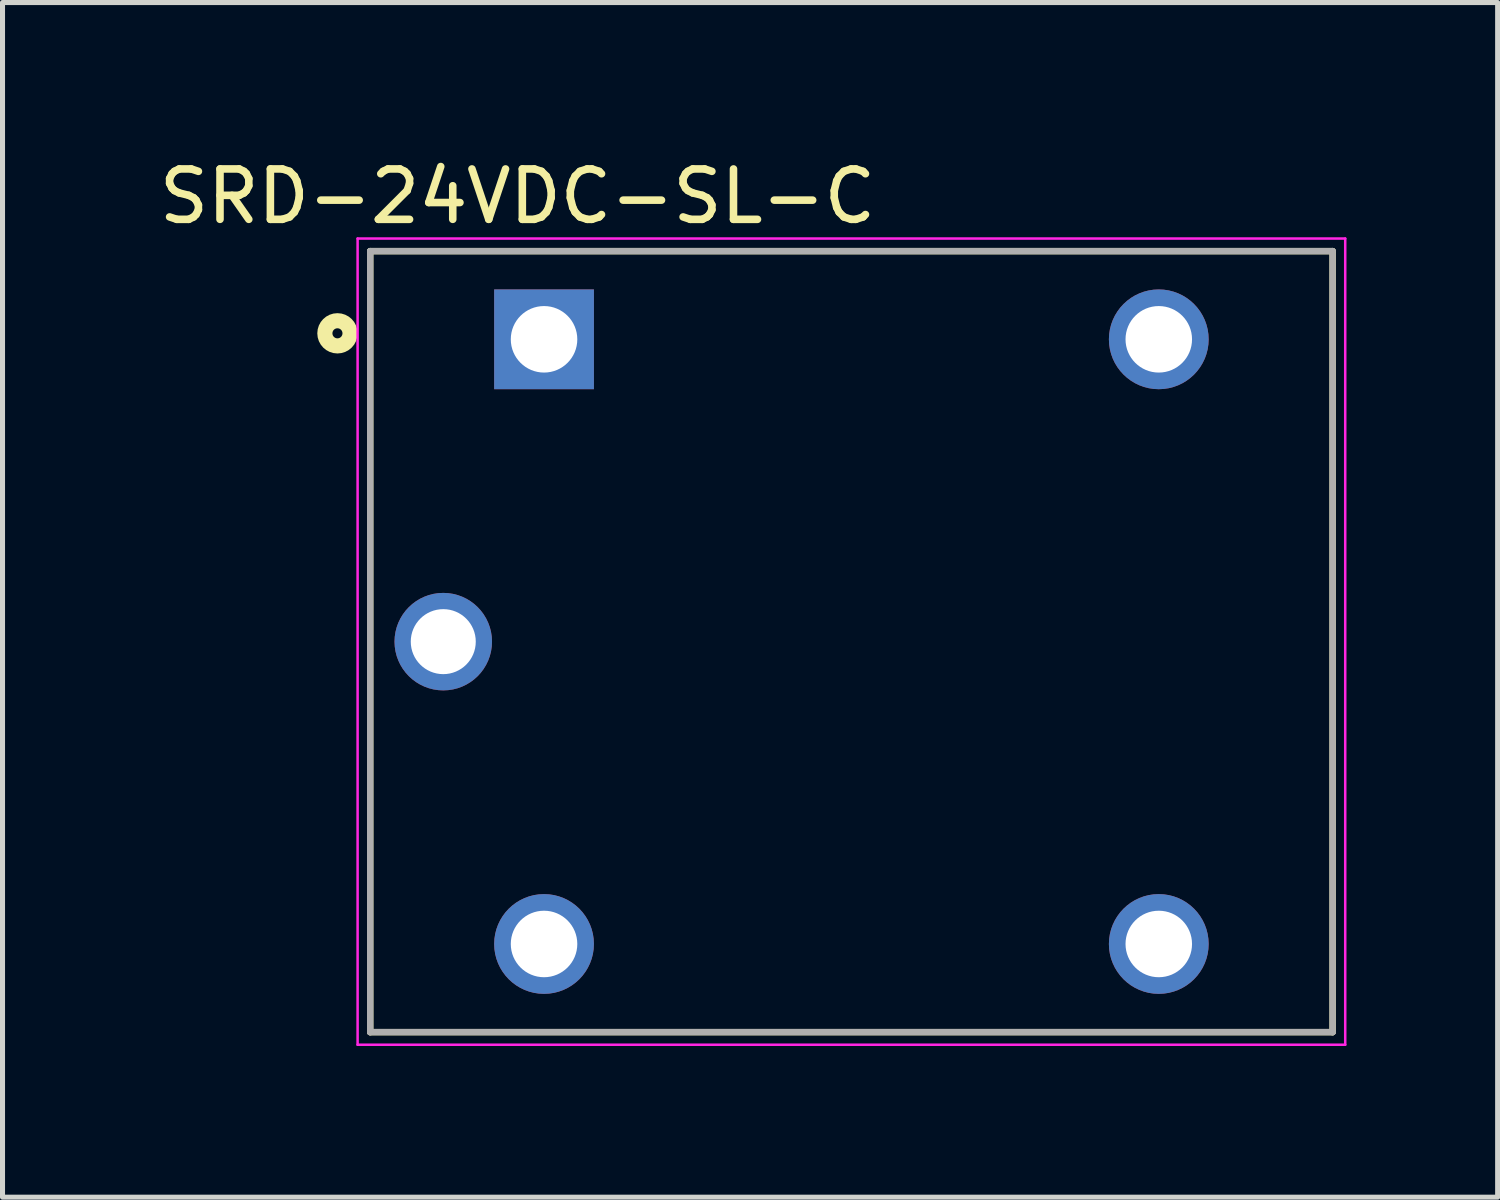
<source format=kicad_pcb>
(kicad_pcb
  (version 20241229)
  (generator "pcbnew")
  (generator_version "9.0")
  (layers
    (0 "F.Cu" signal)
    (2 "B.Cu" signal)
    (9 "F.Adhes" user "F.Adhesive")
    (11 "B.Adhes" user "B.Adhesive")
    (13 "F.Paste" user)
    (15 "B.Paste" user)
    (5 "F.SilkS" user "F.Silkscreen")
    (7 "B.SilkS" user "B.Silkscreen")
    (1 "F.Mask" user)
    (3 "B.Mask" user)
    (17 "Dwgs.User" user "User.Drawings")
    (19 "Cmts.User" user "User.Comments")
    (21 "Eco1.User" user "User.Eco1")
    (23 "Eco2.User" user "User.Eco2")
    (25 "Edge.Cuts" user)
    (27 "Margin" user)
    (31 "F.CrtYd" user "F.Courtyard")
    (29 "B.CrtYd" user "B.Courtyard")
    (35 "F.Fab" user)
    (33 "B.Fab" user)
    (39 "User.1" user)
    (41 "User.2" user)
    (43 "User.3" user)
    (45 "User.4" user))
  (footprint "SRD-24VDC-SL-C"
    (layer "F.Cu")
    (at 13.847 9.684)
    (property "Reference" "SRD-24VDC-SL-C" (at -6.626 -8.836 0) (layer "F.SilkS") (effects (font (size 1 1) (thickness 0.15))))
    (attr through_hole)
    (fp_line (start -9.55 -7.75) (end 9.55 -7.75) (stroke (width 0.127) (type solid)) (layer "F.SilkS"))
    (fp_line (start -9.55 7.75) (end -9.55 -7.75) (stroke (width 0.127) (type solid)) (layer "F.SilkS"))
    (fp_line (start 9.55 -7.75) (end 9.55 7.75) (stroke (width 0.127) (type solid)) (layer "F.SilkS"))
    (fp_line (start 9.55 7.75) (end -9.55 7.75) (stroke (width 0.127) (type solid)) (layer "F.SilkS"))
    (fp_circle (center -10.2 -6.119) (end -10.1 -6.119) (stroke (width 0.3) (type solid)) (fill no) (layer "F.SilkS"))
    (fp_line (start -9.8 -8) (end 9.8 -8) (stroke (width 0.05) (type solid)) (layer "F.CrtYd"))
    (fp_line (start -9.8 8) (end -9.8 -8) (stroke (width 0.05) (type solid)) (layer "F.CrtYd"))
    (fp_line (start 9.8 -8) (end 9.8 8) (stroke (width 0.05) (type solid)) (layer "F.CrtYd"))
    (fp_line (start 9.8 8) (end -9.8 8) (stroke (width 0.05) (type solid)) (layer "F.CrtYd"))
    (fp_line (start -9.55 -7.75) (end 9.55 -7.75) (stroke (width 0.127) (type solid)) (layer "F.Fab"))
    (fp_line (start -9.55 7.75) (end -9.55 -7.75) (stroke (width 0.127) (type solid)) (layer "F.Fab"))
    (fp_line (start 9.55 -7.75) (end 9.55 7.75) (stroke (width 0.127) (type solid)) (layer "F.Fab"))
    (fp_line (start 9.55 7.75) (end -9.55 7.75) (stroke (width 0.127) (type solid)) (layer "F.Fab"))
    (pad "A1" thru_hole rect (at -6.1 -6) (size 1.98 1.98) (drill 1.32) (layers "*.Cu" "*.Mask"))
    (pad "A2" thru_hole circle (at -6.1 6) (size 1.98 1.98) (drill 1.32) (layers "*.Cu" "*.Mask"))
    (pad "COM" thru_hole circle (at -8.1 0) (size 1.935 1.935) (drill 1.29) (layers "*.Cu" "*.Mask"))
    (pad "NC" thru_hole circle (at 6.1 -6) (size 1.98 1.98) (drill 1.32) (layers "*.Cu" "*.Mask"))
    (pad "NO" thru_hole circle (at 6.1 6) (size 1.98 1.98) (drill 1.32) (layers "*.Cu" "*.Mask")))
  (gr_rect
    (start -3 -3)
    (end 26.672 20.709)
    (stroke (width 0.1) (type default))
    (fill no)
    (layer "Edge.Cuts")))
</source>
